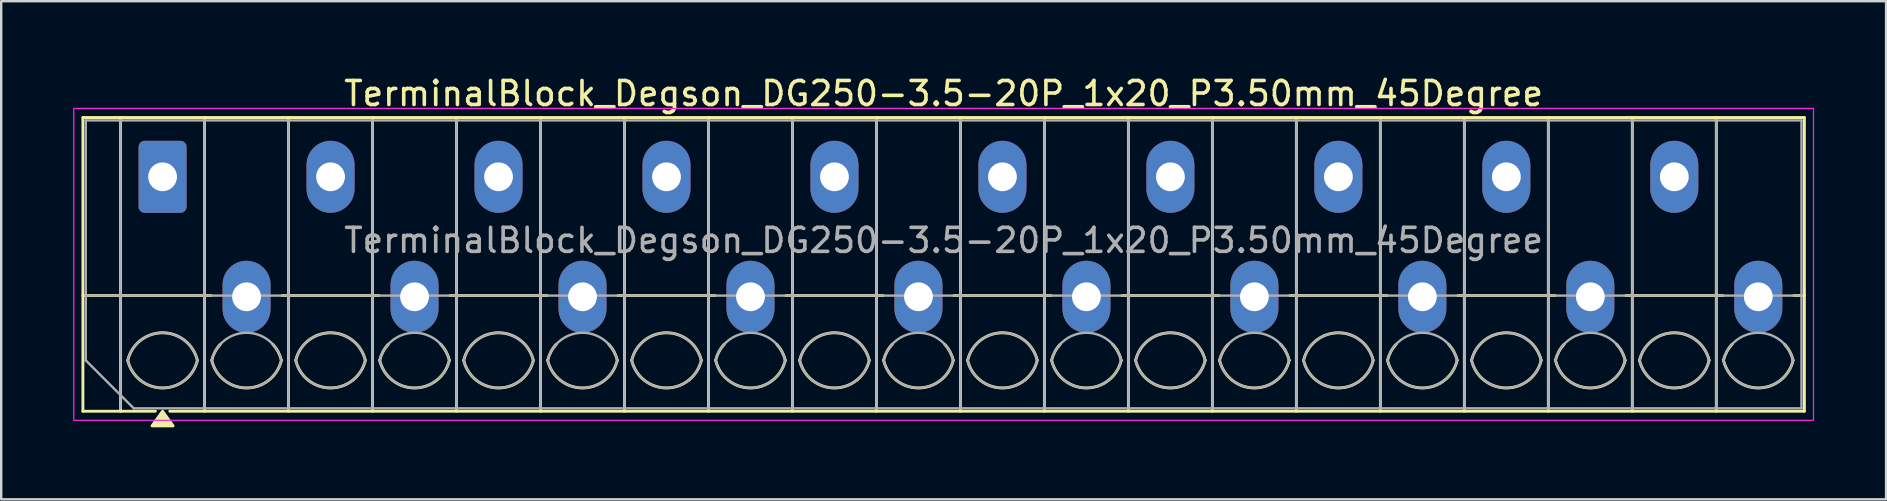
<source format=kicad_pcb>
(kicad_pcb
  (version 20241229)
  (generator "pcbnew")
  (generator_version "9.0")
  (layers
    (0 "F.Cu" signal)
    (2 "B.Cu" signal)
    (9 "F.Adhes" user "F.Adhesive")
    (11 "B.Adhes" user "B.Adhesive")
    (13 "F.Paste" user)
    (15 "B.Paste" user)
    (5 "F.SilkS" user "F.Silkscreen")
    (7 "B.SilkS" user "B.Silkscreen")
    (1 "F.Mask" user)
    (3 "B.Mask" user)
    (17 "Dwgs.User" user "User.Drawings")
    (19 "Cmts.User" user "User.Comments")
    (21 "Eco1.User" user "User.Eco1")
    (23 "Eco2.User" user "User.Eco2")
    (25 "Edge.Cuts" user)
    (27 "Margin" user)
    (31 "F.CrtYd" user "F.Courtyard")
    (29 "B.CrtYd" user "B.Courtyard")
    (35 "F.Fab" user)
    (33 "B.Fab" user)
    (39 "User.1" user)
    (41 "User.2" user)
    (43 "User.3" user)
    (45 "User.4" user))
  (footprint "TerminalBlock_Degson_DG250-3.5-20P_1x20_P3.50mm_45Degree"
    (layer "F.Cu")
    (at 3.725 4.318)
    (property "Reference" "TerminalBlock_Degson_DG250-3.5-20P_1x20_P3.50mm_45Degree" (at 32.55 -3.47 0) (layer "F.SilkS") (effects (font (size 1 1) (thickness 0.15))))
    (attr through_hole)
    (fp_line (start -3.32 -2.47) (end 68.42 -2.47) (stroke (width 0.12) (type solid)) (layer "F.SilkS"))
    (fp_line (start -3.32 4.95) (end 2.02 4.95) (stroke (width 0.12) (type solid)) (layer "F.SilkS"))
    (fp_line (start -3.32 9.77) (end -3.32 -2.47) (stroke (width 0.12) (type solid)) (layer "F.SilkS"))
    (fp_line (start -1.75 -2.47) (end -1.75 9.77) (stroke (width 0.12) (type solid)) (layer "F.SilkS"))
    (fp_line (start -0.3 9.77) (end -3.32 9.77) (stroke (width 0.12) (type solid)) (layer "F.SilkS"))
    (fp_line (start 1.75 -2.47) (end 1.75 9.77) (stroke (width 0.12) (type solid)) (layer "F.SilkS"))
    (fp_line (start 4.98 4.95) (end 9.02 4.95) (stroke (width 0.12) (type solid)) (layer "F.SilkS"))
    (fp_line (start 5.25 -2.47) (end 5.25 9.77) (stroke (width 0.12) (type solid)) (layer "F.SilkS"))
    (fp_line (start 8.75 -2.47) (end 8.75 9.77) (stroke (width 0.12) (type solid)) (layer "F.SilkS"))
    (fp_line (start 11.98 4.95) (end 16.02 4.95) (stroke (width 0.12) (type solid)) (layer "F.SilkS"))
    (fp_line (start 12.25 -2.47) (end 12.25 9.77) (stroke (width 0.12) (type solid)) (layer "F.SilkS"))
    (fp_line (start 15.75 -2.47) (end 15.75 9.77) (stroke (width 0.12) (type solid)) (layer "F.SilkS"))
    (fp_line (start 18.98 4.95) (end 23.02 4.95) (stroke (width 0.12) (type solid)) (layer "F.SilkS"))
    (fp_line (start 19.25 -2.47) (end 19.25 9.77) (stroke (width 0.12) (type solid)) (layer "F.SilkS"))
    (fp_line (start 22.75 -2.47) (end 22.75 9.77) (stroke (width 0.12) (type solid)) (layer "F.SilkS"))
    (fp_line (start 25.98 4.95) (end 30.02 4.95) (stroke (width 0.12) (type solid)) (layer "F.SilkS"))
    (fp_line (start 26.25 -2.47) (end 26.25 9.77) (stroke (width 0.12) (type solid)) (layer "F.SilkS"))
    (fp_line (start 29.75 -2.47) (end 29.75 9.77) (stroke (width 0.12) (type solid)) (layer "F.SilkS"))
    (fp_line (start 32.98 4.95) (end 37.02 4.95) (stroke (width 0.12) (type solid)) (layer "F.SilkS"))
    (fp_line (start 33.25 -2.47) (end 33.25 9.77) (stroke (width 0.12) (type solid)) (layer "F.SilkS"))
    (fp_line (start 36.75 -2.47) (end 36.75 9.77) (stroke (width 0.12) (type solid)) (layer "F.SilkS"))
    (fp_line (start 39.98 4.95) (end 44.02 4.95) (stroke (width 0.12) (type solid)) (layer "F.SilkS"))
    (fp_line (start 40.25 -2.47) (end 40.25 9.77) (stroke (width 0.12) (type solid)) (layer "F.SilkS"))
    (fp_line (start 43.75 -2.47) (end 43.75 9.77) (stroke (width 0.12) (type solid)) (layer "F.SilkS"))
    (fp_line (start 46.98 4.95) (end 51.02 4.95) (stroke (width 0.12) (type solid)) (layer "F.SilkS"))
    (fp_line (start 47.25 -2.47) (end 47.25 9.77) (stroke (width 0.12) (type solid)) (layer "F.SilkS"))
    (fp_line (start 50.75 -2.47) (end 50.75 9.77) (stroke (width 0.12) (type solid)) (layer "F.SilkS"))
    (fp_line (start 53.98 4.95) (end 58.02 4.95) (stroke (width 0.12) (type solid)) (layer "F.SilkS"))
    (fp_line (start 54.25 -2.47) (end 54.25 9.77) (stroke (width 0.12) (type solid)) (layer "F.SilkS"))
    (fp_line (start 57.75 -2.47) (end 57.75 9.77) (stroke (width 0.12) (type solid)) (layer "F.SilkS"))
    (fp_line (start 60.98 4.95) (end 65.02 4.95) (stroke (width 0.12) (type solid)) (layer "F.SilkS"))
    (fp_line (start 61.25 -2.47) (end 61.25 9.77) (stroke (width 0.12) (type solid)) (layer "F.SilkS"))
    (fp_line (start 64.75 -2.47) (end 64.75 9.77) (stroke (width 0.12) (type solid)) (layer "F.SilkS"))
    (fp_line (start 67.98 4.95) (end 68.42 4.95) (stroke (width 0.12) (type solid)) (layer "F.SilkS"))
    (fp_line (start 68.42 -2.47) (end 68.42 9.77) (stroke (width 0.12) (type solid)) (layer "F.SilkS"))
    (fp_line (start 68.42 9.77) (end 0.3 9.77) (stroke (width 0.12) (type solid)) (layer "F.SilkS"))
    (fp_arc (start -1.45 7.65) (mid 0 6.5) (end 1.45 7.65) (stroke (width 0.12) (type solid)) (layer "F.SilkS"))
    (fp_arc (start 1.45 7.65) (mid 0 8.8) (end -1.45 7.65) (stroke (width 0.12) (type solid)) (layer "F.SilkS"))
    (fp_arc (start 2.05 7.65) (mid 2.18402 7.291962) (end 2.405 6.98) (stroke (width 0.12) (type solid)) (layer "F.SilkS"))
    (fp_arc (start 4.595 6.98) (mid 4.81598 7.291962) (end 4.95 7.65) (stroke (width 0.12) (type solid)) (layer "F.SilkS"))
    (fp_arc (start 4.95 7.65) (mid 3.5 8.8) (end 2.05 7.65) (stroke (width 0.12) (type solid)) (layer "F.SilkS"))
    (fp_arc (start 5.55 7.65) (mid 7 6.5) (end 8.45 7.65) (stroke (width 0.12) (type solid)) (layer "F.SilkS"))
    (fp_arc (start 8.45 7.65) (mid 7 8.8) (end 5.55 7.65) (stroke (width 0.12) (type solid)) (layer "F.SilkS"))
    (fp_arc (start 9.05 7.65) (mid 9.18402 7.291962) (end 9.405 6.98) (stroke (width 0.12) (type solid)) (layer "F.SilkS"))
    (fp_arc (start 11.595 6.98) (mid 11.81598 7.291962) (end 11.95 7.65) (stroke (width 0.12) (type solid)) (layer "F.SilkS"))
    (fp_arc (start 11.95 7.65) (mid 10.5 8.8) (end 9.05 7.65) (stroke (width 0.12) (type solid)) (layer "F.SilkS"))
    (fp_arc (start 12.55 7.65) (mid 14 6.5) (end 15.45 7.65) (stroke (width 0.12) (type solid)) (layer "F.SilkS"))
    (fp_arc (start 15.45 7.65) (mid 14 8.8) (end 12.55 7.65) (stroke (width 0.12) (type solid)) (layer "F.SilkS"))
    (fp_arc (start 16.05 7.65) (mid 16.18402 7.291962) (end 16.405 6.98) (stroke (width 0.12) (type solid)) (layer "F.SilkS"))
    (fp_arc (start 18.595 6.98) (mid 18.81598 7.291962) (end 18.95 7.65) (stroke (width 0.12) (type solid)) (layer "F.SilkS"))
    (fp_arc (start 18.95 7.65) (mid 17.5 8.8) (end 16.05 7.65) (stroke (width 0.12) (type solid)) (layer "F.SilkS"))
    (fp_arc (start 19.55 7.65) (mid 21 6.5) (end 22.45 7.65) (stroke (width 0.12) (type solid)) (layer "F.SilkS"))
    (fp_arc (start 22.45 7.65) (mid 21 8.8) (end 19.55 7.65) (stroke (width 0.12) (type solid)) (layer "F.SilkS"))
    (fp_arc (start 23.05 7.65) (mid 23.18402 7.291962) (end 23.405 6.98) (stroke (width 0.12) (type solid)) (layer "F.SilkS"))
    (fp_arc (start 25.595 6.98) (mid 25.81598 7.291962) (end 25.95 7.65) (stroke (width 0.12) (type solid)) (layer "F.SilkS"))
    (fp_arc (start 25.95 7.65) (mid 24.5 8.8) (end 23.05 7.65) (stroke (width 0.12) (type solid)) (layer "F.SilkS"))
    (fp_arc (start 26.55 7.65) (mid 28 6.5) (end 29.45 7.65) (stroke (width 0.12) (type solid)) (layer "F.SilkS"))
    (fp_arc (start 29.45 7.65) (mid 28 8.8) (end 26.55 7.65) (stroke (width 0.12) (type solid)) (layer "F.SilkS"))
    (fp_arc (start 30.05 7.65) (mid 30.18402 7.291962) (end 30.405 6.98) (stroke (width 0.12) (type solid)) (layer "F.SilkS"))
    (fp_arc (start 32.595 6.98) (mid 32.81598 7.291962) (end 32.95 7.65) (stroke (width 0.12) (type solid)) (layer "F.SilkS"))
    (fp_arc (start 32.95 7.65) (mid 31.5 8.8) (end 30.05 7.65) (stroke (width 0.12) (type solid)) (layer "F.SilkS"))
    (fp_arc (start 33.55 7.65) (mid 35 6.5) (end 36.45 7.65) (stroke (width 0.12) (type solid)) (layer "F.SilkS"))
    (fp_arc (start 36.45 7.65) (mid 35 8.8) (end 33.55 7.65) (stroke (width 0.12) (type solid)) (layer "F.SilkS"))
    (fp_arc (start 37.05 7.65) (mid 37.18402 7.291962) (end 37.405 6.98) (stroke (width 0.12) (type solid)) (layer "F.SilkS"))
    (fp_arc (start 39.595 6.98) (mid 39.81598 7.291962) (end 39.95 7.65) (stroke (width 0.12) (type solid)) (layer "F.SilkS"))
    (fp_arc (start 39.95 7.65) (mid 38.5 8.8) (end 37.05 7.65) (stroke (width 0.12) (type solid)) (layer "F.SilkS"))
    (fp_arc (start 40.55 7.65) (mid 42 6.5) (end 43.45 7.65) (stroke (width 0.12) (type solid)) (layer "F.SilkS"))
    (fp_arc (start 43.45 7.65) (mid 42 8.8) (end 40.55 7.65) (stroke (width 0.12) (type solid)) (layer "F.SilkS"))
    (fp_arc (start 44.05 7.65) (mid 44.18402 7.291962) (end 44.405 6.98) (stroke (width 0.12) (type solid)) (layer "F.SilkS"))
    (fp_arc (start 46.595 6.98) (mid 46.81598 7.291962) (end 46.95 7.65) (stroke (width 0.12) (type solid)) (layer "F.SilkS"))
    (fp_arc (start 46.95 7.65) (mid 45.5 8.8) (end 44.05 7.65) (stroke (width 0.12) (type solid)) (layer "F.SilkS"))
    (fp_arc (start 47.55 7.65) (mid 49 6.5) (end 50.45 7.65) (stroke (width 0.12) (type solid)) (layer "F.SilkS"))
    (fp_arc (start 50.45 7.65) (mid 49 8.8) (end 47.55 7.65) (stroke (width 0.12) (type solid)) (layer "F.SilkS"))
    (fp_arc (start 51.05 7.65) (mid 51.18402 7.291962) (end 51.405 6.98) (stroke (width 0.12) (type solid)) (layer "F.SilkS"))
    (fp_arc (start 53.595 6.98) (mid 53.81598 7.291962) (end 53.95 7.65) (stroke (width 0.12) (type solid)) (layer "F.SilkS"))
    (fp_arc (start 53.95 7.65) (mid 52.5 8.8) (end 51.05 7.65) (stroke (width 0.12) (type solid)) (layer "F.SilkS"))
    (fp_arc (start 54.55 7.65) (mid 56 6.5) (end 57.45 7.65) (stroke (width 0.12) (type solid)) (layer "F.SilkS"))
    (fp_arc (start 57.45 7.65) (mid 56 8.8) (end 54.55 7.65) (stroke (width 0.12) (type solid)) (layer "F.SilkS"))
    (fp_arc (start 58.05 7.65) (mid 58.18402 7.291962) (end 58.405 6.98) (stroke (width 0.12) (type solid)) (layer "F.SilkS"))
    (fp_arc (start 60.595 6.98) (mid 60.81598 7.291962) (end 60.95 7.65) (stroke (width 0.12) (type solid)) (layer "F.SilkS"))
    (fp_arc (start 60.95 7.65) (mid 59.5 8.8) (end 58.05 7.65) (stroke (width 0.12) (type solid)) (layer "F.SilkS"))
    (fp_arc (start 61.55 7.65) (mid 63 6.5) (end 64.45 7.65) (stroke (width 0.12) (type solid)) (layer "F.SilkS"))
    (fp_arc (start 64.45 7.65) (mid 63 8.8) (end 61.55 7.65) (stroke (width 0.12) (type solid)) (layer "F.SilkS"))
    (fp_arc (start 65.05 7.65) (mid 65.18402 7.291962) (end 65.405 6.98) (stroke (width 0.12) (type solid)) (layer "F.SilkS"))
    (fp_arc (start 67.595 6.98) (mid 67.81598 7.291962) (end 67.95 7.65) (stroke (width 0.12) (type solid)) (layer "F.SilkS"))
    (fp_arc (start 67.95 7.65) (mid 66.5 8.8) (end 65.05 7.65) (stroke (width 0.12) (type solid)) (layer "F.SilkS"))
    (fp_poly (pts (xy 0 9.77) (xy 0.44 10.38) (xy -0.44 10.38)) (stroke (width 0.12) (type solid)) (fill yes) (layer "F.SilkS"))
    (fp_rect (start -3.7 -2.85) (end 68.8 10.15) (stroke (width 0.05) (type solid)) (fill no) (layer "F.CrtYd"))
    (fp_line (start -3.2 -2.35) (end 68.3 -2.35) (stroke (width 0.1) (type solid)) (layer "F.Fab"))
    (fp_line (start -3.2 4.95) (end 68.3 4.95) (stroke (width 0.1) (type solid)) (layer "F.Fab"))
    (fp_line (start -3.2 7.65) (end -3.2 -2.35) (stroke (width 0.1) (type solid)) (layer "F.Fab"))
    (fp_line (start -1.75 -2.35) (end -1.75 9.65) (stroke (width 0.1) (type solid)) (layer "F.Fab"))
    (fp_line (start -1.2 9.65) (end -3.2 7.65) (stroke (width 0.1) (type solid)) (layer "F.Fab"))
    (fp_line (start 1.75 -2.35) (end 1.75 9.65) (stroke (width 0.1) (type solid)) (layer "F.Fab"))
    (fp_line (start 5.25 -2.35) (end 5.25 9.65) (stroke (width 0.1) (type solid)) (layer "F.Fab"))
    (fp_line (start 8.75 -2.35) (end 8.75 9.65) (stroke (width 0.1) (type solid)) (layer "F.Fab"))
    (fp_line (start 12.25 -2.35) (end 12.25 9.65) (stroke (width 0.1) (type solid)) (layer "F.Fab"))
    (fp_line (start 15.75 -2.35) (end 15.75 9.65) (stroke (width 0.1) (type solid)) (layer "F.Fab"))
    (fp_line (start 19.25 -2.35) (end 19.25 9.65) (stroke (width 0.1) (type solid)) (layer "F.Fab"))
    (fp_line (start 22.75 -2.35) (end 22.75 9.65) (stroke (width 0.1) (type solid)) (layer "F.Fab"))
    (fp_line (start 26.25 -2.35) (end 26.25 9.65) (stroke (width 0.1) (type solid)) (layer "F.Fab"))
    (fp_line (start 29.75 -2.35) (end 29.75 9.65) (stroke (width 0.1) (type solid)) (layer "F.Fab"))
    (fp_line (start 33.25 -2.35) (end 33.25 9.65) (stroke (width 0.1) (type solid)) (layer "F.Fab"))
    (fp_line (start 36.75 -2.35) (end 36.75 9.65) (stroke (width 0.1) (type solid)) (layer "F.Fab"))
    (fp_line (start 40.25 -2.35) (end 40.25 9.65) (stroke (width 0.1) (type solid)) (layer "F.Fab"))
    (fp_line (start 43.75 -2.35) (end 43.75 9.65) (stroke (width 0.1) (type solid)) (layer "F.Fab"))
    (fp_line (start 47.25 -2.35) (end 47.25 9.65) (stroke (width 0.1) (type solid)) (layer "F.Fab"))
    (fp_line (start 50.75 -2.35) (end 50.75 9.65) (stroke (width 0.1) (type solid)) (layer "F.Fab"))
    (fp_line (start 54.25 -2.35) (end 54.25 9.65) (stroke (width 0.1) (type solid)) (layer "F.Fab"))
    (fp_line (start 57.75 -2.35) (end 57.75 9.65) (stroke (width 0.1) (type solid)) (layer "F.Fab"))
    (fp_line (start 61.25 -2.35) (end 61.25 9.65) (stroke (width 0.1) (type solid)) (layer "F.Fab"))
    (fp_line (start 64.75 -2.35) (end 64.75 9.65) (stroke (width 0.1) (type solid)) (layer "F.Fab"))
    (fp_line (start 68.3 -2.35) (end 68.3 9.65) (stroke (width 0.1) (type solid)) (layer "F.Fab"))
    (fp_line (start 68.3 9.65) (end -1.2 9.65) (stroke (width 0.1) (type solid)) (layer "F.Fab"))
    (fp_arc (start -1.45 7.65) (mid 0 6.5) (end 1.45 7.65) (stroke (width 0.1) (type solid)) (layer "F.Fab"))
    (fp_arc (start 1.45 7.65) (mid 0 8.8) (end -1.45 7.65) (stroke (width 0.1) (type solid)) (layer "F.Fab"))
    (fp_arc (start 2.05 7.65) (mid 3.5 6.5) (end 4.95 7.65) (stroke (width 0.1) (type solid)) (layer "F.Fab"))
    (fp_arc (start 4.95 7.65) (mid 3.5 8.8) (end 2.05 7.65) (stroke (width 0.1) (type solid)) (layer "F.Fab"))
    (fp_arc (start 5.55 7.65) (mid 7 6.5) (end 8.45 7.65) (stroke (width 0.1) (type solid)) (layer "F.Fab"))
    (fp_arc (start 8.45 7.65) (mid 7 8.8) (end 5.55 7.65) (stroke (width 0.1) (type solid)) (layer "F.Fab"))
    (fp_arc (start 9.05 7.65) (mid 10.5 6.5) (end 11.95 7.65) (stroke (width 0.1) (type solid)) (layer "F.Fab"))
    (fp_arc (start 11.95 7.65) (mid 10.5 8.8) (end 9.05 7.65) (stroke (width 0.1) (type solid)) (layer "F.Fab"))
    (fp_arc (start 12.55 7.65) (mid 14 6.5) (end 15.45 7.65) (stroke (width 0.1) (type solid)) (layer "F.Fab"))
    (fp_arc (start 15.45 7.65) (mid 14 8.8) (end 12.55 7.65) (stroke (width 0.1) (type solid)) (layer "F.Fab"))
    (fp_arc (start 16.05 7.65) (mid 17.5 6.5) (end 18.95 7.65) (stroke (width 0.1) (type solid)) (layer "F.Fab"))
    (fp_arc (start 18.95 7.65) (mid 17.5 8.8) (end 16.05 7.65) (stroke (width 0.1) (type solid)) (layer "F.Fab"))
    (fp_arc (start 19.55 7.65) (mid 21 6.5) (end 22.45 7.65) (stroke (width 0.1) (type solid)) (layer "F.Fab"))
    (fp_arc (start 22.45 7.65) (mid 21 8.8) (end 19.55 7.65) (stroke (width 0.1) (type solid)) (layer "F.Fab"))
    (fp_arc (start 23.05 7.65) (mid 24.5 6.5) (end 25.95 7.65) (stroke (width 0.1) (type solid)) (layer "F.Fab"))
    (fp_arc (start 25.95 7.65) (mid 24.5 8.8) (end 23.05 7.65) (stroke (width 0.1) (type solid)) (layer "F.Fab"))
    (fp_arc (start 26.55 7.65) (mid 28 6.5) (end 29.45 7.65) (stroke (width 0.1) (type solid)) (layer "F.Fab"))
    (fp_arc (start 29.45 7.65) (mid 28 8.8) (end 26.55 7.65) (stroke (width 0.1) (type solid)) (layer "F.Fab"))
    (fp_arc (start 30.05 7.65) (mid 31.5 6.5) (end 32.95 7.65) (stroke (width 0.1) (type solid)) (layer "F.Fab"))
    (fp_arc (start 32.95 7.65) (mid 31.5 8.8) (end 30.05 7.65) (stroke (width 0.1) (type solid)) (layer "F.Fab"))
    (fp_arc (start 33.55 7.65) (mid 35 6.5) (end 36.45 7.65) (stroke (width 0.1) (type solid)) (layer "F.Fab"))
    (fp_arc (start 36.45 7.65) (mid 35 8.8) (end 33.55 7.65) (stroke (width 0.1) (type solid)) (layer "F.Fab"))
    (fp_arc (start 37.05 7.65) (mid 38.5 6.5) (end 39.95 7.65) (stroke (width 0.1) (type solid)) (layer "F.Fab"))
    (fp_arc (start 39.95 7.65) (mid 38.5 8.8) (end 37.05 7.65) (stroke (width 0.1) (type solid)) (layer "F.Fab"))
    (fp_arc (start 40.55 7.65) (mid 42 6.5) (end 43.45 7.65) (stroke (width 0.1) (type solid)) (layer "F.Fab"))
    (fp_arc (start 43.45 7.65) (mid 42 8.8) (end 40.55 7.65) (stroke (width 0.1) (type solid)) (layer "F.Fab"))
    (fp_arc (start 44.05 7.65) (mid 45.5 6.5) (end 46.95 7.65) (stroke (width 0.1) (type solid)) (layer "F.Fab"))
    (fp_arc (start 46.95 7.65) (mid 45.5 8.8) (end 44.05 7.65) (stroke (width 0.1) (type solid)) (layer "F.Fab"))
    (fp_arc (start 47.55 7.65) (mid 49 6.5) (end 50.45 7.65) (stroke (width 0.1) (type solid)) (layer "F.Fab"))
    (fp_arc (start 50.45 7.65) (mid 49 8.8) (end 47.55 7.65) (stroke (width 0.1) (type solid)) (layer "F.Fab"))
    (fp_arc (start 51.05 7.65) (mid 52.5 6.5) (end 53.95 7.65) (stroke (width 0.1) (type solid)) (layer "F.Fab"))
    (fp_arc (start 53.95 7.65) (mid 52.5 8.8) (end 51.05 7.65) (stroke (width 0.1) (type solid)) (layer "F.Fab"))
    (fp_arc (start 54.55 7.65) (mid 56 6.5) (end 57.45 7.65) (stroke (width 0.1) (type solid)) (layer "F.Fab"))
    (fp_arc (start 57.45 7.65) (mid 56 8.8) (end 54.55 7.65) (stroke (width 0.1) (type solid)) (layer "F.Fab"))
    (fp_arc (start 58.05 7.65) (mid 59.5 6.5) (end 60.95 7.65) (stroke (width 0.1) (type solid)) (layer "F.Fab"))
    (fp_arc (start 60.95 7.65) (mid 59.5 8.8) (end 58.05 7.65) (stroke (width 0.1) (type solid)) (layer "F.Fab"))
    (fp_arc (start 61.55 7.65) (mid 63 6.5) (end 64.45 7.65) (stroke (width 0.1) (type solid)) (layer "F.Fab"))
    (fp_arc (start 64.45 7.65) (mid 63 8.8) (end 61.55 7.65) (stroke (width 0.1) (type solid)) (layer "F.Fab"))
    (fp_arc (start 65.05 7.65) (mid 66.5 6.5) (end 67.95 7.65) (stroke (width 0.1) (type solid)) (layer "F.Fab"))
    (fp_arc (start 67.95 7.65) (mid 66.5 8.8) (end 65.05 7.65) (stroke (width 0.1) (type solid)) (layer "F.Fab"))
    (fp_text user "${REFERENCE}" (at 32.55 2.65 0) (layer "F.Fab") (effects (font (size 1 1) (thickness 0.15))))
    (pad "1" thru_hole roundrect (at 0 0) (size 2 3) (drill 1.2) (layers "*.Cu" "*.Mask") (roundrect_rratio 0.125))
    (pad "2" thru_hole oval (at 3.5 5) (size 2 3) (drill 1.2) (layers "*.Cu" "*.Mask"))
    (pad "3" thru_hole oval (at 7 0) (size 2 3) (drill 1.2) (layers "*.Cu" "*.Mask"))
    (pad "4" thru_hole oval (at 10.5 5) (size 2 3) (drill 1.2) (layers "*.Cu" "*.Mask"))
    (pad "5" thru_hole oval (at 14 0) (size 2 3) (drill 1.2) (layers "*.Cu" "*.Mask"))
    (pad "6" thru_hole oval (at 17.5 5) (size 2 3) (drill 1.2) (layers "*.Cu" "*.Mask"))
    (pad "7" thru_hole oval (at 21 0) (size 2 3) (drill 1.2) (layers "*.Cu" "*.Mask"))
    (pad "8" thru_hole oval (at 24.5 5) (size 2 3) (drill 1.2) (layers "*.Cu" "*.Mask"))
    (pad "9" thru_hole oval (at 28 0) (size 2 3) (drill 1.2) (layers "*.Cu" "*.Mask"))
    (pad "10" thru_hole oval (at 31.5 5) (size 2 3) (drill 1.2) (layers "*.Cu" "*.Mask"))
    (pad "11" thru_hole oval (at 35 0) (size 2 3) (drill 1.2) (layers "*.Cu" "*.Mask"))
    (pad "12" thru_hole oval (at 38.5 5) (size 2 3) (drill 1.2) (layers "*.Cu" "*.Mask"))
    (pad "13" thru_hole oval (at 42 0) (size 2 3) (drill 1.2) (layers "*.Cu" "*.Mask"))
    (pad "14" thru_hole oval (at 45.5 5) (size 2 3) (drill 1.2) (layers "*.Cu" "*.Mask"))
    (pad "15" thru_hole oval (at 49 0) (size 2 3) (drill 1.2) (layers "*.Cu" "*.Mask"))
    (pad "16" thru_hole oval (at 52.5 5) (size 2 3) (drill 1.2) (layers "*.Cu" "*.Mask"))
    (pad "17" thru_hole oval (at 56 0) (size 2 3) (drill 1.2) (layers "*.Cu" "*.Mask"))
    (pad "18" thru_hole oval (at 59.5 5) (size 2 3) (drill 1.2) (layers "*.Cu" "*.Mask"))
    (pad "19" thru_hole oval (at 63 0) (size 2 3) (drill 1.2) (layers "*.Cu" "*.Mask"))
    (pad "20" thru_hole oval (at 66.5 5) (size 2 3) (drill 1.2) (layers "*.Cu" "*.Mask")))
  (gr_rect
    (start -3 -3)
    (end 75.55 17.758)
    (stroke (width 0.1) (type default))
    (fill no)
    (layer "Edge.Cuts")))
</source>
